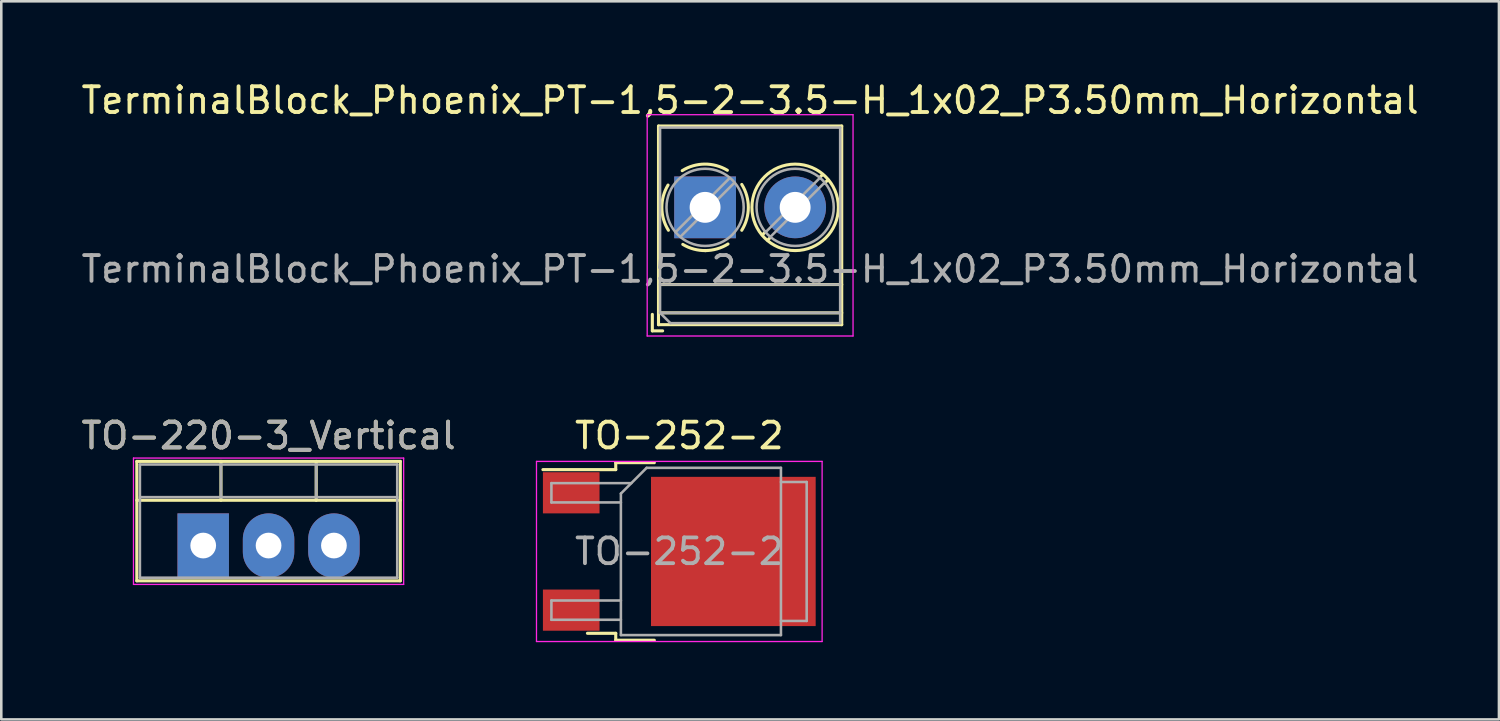
<source format=kicad_pcb>
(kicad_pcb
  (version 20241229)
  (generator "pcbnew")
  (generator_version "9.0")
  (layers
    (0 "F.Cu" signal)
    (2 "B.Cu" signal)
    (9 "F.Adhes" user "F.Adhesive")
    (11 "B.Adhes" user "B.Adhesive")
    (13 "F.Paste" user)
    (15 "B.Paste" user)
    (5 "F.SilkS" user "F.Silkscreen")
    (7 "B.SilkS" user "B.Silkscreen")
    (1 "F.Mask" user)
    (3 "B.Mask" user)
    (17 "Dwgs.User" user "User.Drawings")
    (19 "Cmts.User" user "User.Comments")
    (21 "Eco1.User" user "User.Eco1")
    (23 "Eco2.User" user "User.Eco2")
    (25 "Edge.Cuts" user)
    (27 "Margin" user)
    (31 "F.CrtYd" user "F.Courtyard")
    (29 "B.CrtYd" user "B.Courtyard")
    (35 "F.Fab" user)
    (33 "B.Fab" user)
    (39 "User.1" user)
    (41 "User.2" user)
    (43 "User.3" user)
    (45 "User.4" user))
  (footprint "TerminalBlock_Phoenix_PT-1,5-2-3.5-H_1x02_P3.50mm_Horizontal"
    (layer "F.Cu")
    (at 24.351 5.008)
    (property "Reference" "TerminalBlock_Phoenix_PT-1,5-2-3.5-H_1x02_P3.50mm_Horizontal" (at 1.75 -4.16 0) (layer "F.SilkS") (effects (font (size 1 1) (thickness 0.15))))
    (attr through_hole)
    (fp_line (start -2.05 4.16) (end -2.05 4.8) (stroke (width 0.12) (type solid)) (layer "F.SilkS"))
    (fp_line (start -2.05 4.8) (end -1.65 4.8) (stroke (width 0.12) (type solid)) (layer "F.SilkS"))
    (fp_line (start -1.81 -3.16) (end -1.81 4.56) (stroke (width 0.12) (type solid)) (layer "F.SilkS"))
    (fp_line (start -1.81 -3.16) (end 5.31 -3.16) (stroke (width 0.12) (type solid)) (layer "F.SilkS"))
    (fp_line (start -1.81 3) (end 5.31 3) (stroke (width 0.12) (type solid)) (layer "F.SilkS"))
    (fp_line (start -1.81 4.1) (end 5.31 4.1) (stroke (width 0.12) (type solid)) (layer "F.SilkS"))
    (fp_line (start -1.81 4.56) (end 5.31 4.56) (stroke (width 0.12) (type solid)) (layer "F.SilkS"))
    (fp_line (start 2.355 0.941) (end 2.226 1.069) (stroke (width 0.12) (type solid)) (layer "F.SilkS"))
    (fp_line (start 2.525 1.181) (end 2.431 1.274) (stroke (width 0.12) (type solid)) (layer "F.SilkS"))
    (fp_line (start 4.57 -1.275) (end 4.476 -1.181) (stroke (width 0.12) (type solid)) (layer "F.SilkS"))
    (fp_line (start 4.775 -1.069) (end 4.646 -0.941) (stroke (width 0.12) (type solid)) (layer "F.SilkS"))
    (fp_line (start 5.31 -3.16) (end 5.31 4.56) (stroke (width 0.12) (type solid)) (layer "F.SilkS"))
    (fp_arc (start -1.425358 0.889894) (mid -1.680286 0.014012) (end -1.44 -0.866) (stroke (width 0.12) (type solid)) (layer "F.SilkS"))
    (fp_arc (start -0.889894 -1.425358) (mid -0.014012 -1.680286) (end 0.866 -1.44) (stroke (width 0.12) (type solid)) (layer "F.SilkS"))
    (fp_arc (start 0.028674 1.680099) (mid -0.435535 1.622918) (end -0.866 1.44) (stroke (width 0.12) (type solid)) (layer "F.SilkS"))
    (fp_arc (start 0.890264 1.424721) (mid 0.463071 1.61492) (end 0 1.68) (stroke (width 0.12) (type solid)) (layer "F.SilkS"))
    (fp_arc (start 1.425504 -0.890193) (mid 1.680626 0.000476) (end 1.425 0.891) (stroke (width 0.12) (type solid)) (layer "F.SilkS"))
    (fp_circle (center 3.5 0) (end 5.18 0) (stroke (width 0.12) (type solid)) (fill no) (layer "F.SilkS"))
    (fp_line (start -2.25 -3.6) (end -2.25 5) (stroke (width 0.05) (type solid)) (layer "F.CrtYd"))
    (fp_line (start -2.25 5) (end 5.75 5) (stroke (width 0.05) (type solid)) (layer "F.CrtYd"))
    (fp_line (start 5.75 -3.6) (end -2.25 -3.6) (stroke (width 0.05) (type solid)) (layer "F.CrtYd"))
    (fp_line (start 5.75 5) (end 5.75 -3.6) (stroke (width 0.05) (type solid)) (layer "F.CrtYd"))
    (fp_line (start -1.75 -3.1) (end 5.25 -3.1) (stroke (width 0.1) (type solid)) (layer "F.Fab"))
    (fp_line (start -1.75 3) (end 5.25 3) (stroke (width 0.1) (type solid)) (layer "F.Fab"))
    (fp_line (start -1.75 4.1) (end -1.75 -3.1) (stroke (width 0.1) (type solid)) (layer "F.Fab"))
    (fp_line (start -1.75 4.1) (end 5.25 4.1) (stroke (width 0.1) (type solid)) (layer "F.Fab"))
    (fp_line (start -1.35 4.5) (end -1.75 4.1) (stroke (width 0.1) (type solid)) (layer "F.Fab"))
    (fp_line (start 0.955 -1.138) (end -1.138 0.955) (stroke (width 0.1) (type solid)) (layer "F.Fab"))
    (fp_line (start 1.138 -0.955) (end -0.955 1.138) (stroke (width 0.1) (type solid)) (layer "F.Fab"))
    (fp_line (start 4.455 -1.138) (end 2.363 0.955) (stroke (width 0.1) (type solid)) (layer "F.Fab"))
    (fp_line (start 4.638 -0.955) (end 2.546 1.138) (stroke (width 0.1) (type solid)) (layer "F.Fab"))
    (fp_line (start 5.25 -3.1) (end 5.25 4.5) (stroke (width 0.1) (type solid)) (layer "F.Fab"))
    (fp_line (start 5.25 4.5) (end -1.35 4.5) (stroke (width 0.1) (type solid)) (layer "F.Fab"))
    (fp_circle (center 0 0) (end 1.5 0) (stroke (width 0.1) (type solid)) (fill no) (layer "F.Fab"))
    (fp_circle (center 3.5 0) (end 5 0) (stroke (width 0.1) (type solid)) (fill no) (layer "F.Fab"))
    (fp_text user "${REFERENCE}" (at 1.75 2.4 0) (layer "F.Fab") (effects (font (size 1 1) (thickness 0.15))))
    (pad "1" thru_hole rect (at 0 0) (size 2.4 2.4) (drill 1.2) (layers "*.Cu" "*.Mask"))
    (pad "2" thru_hole circle (at 3.5 0) (size 2.4 2.4) (drill 1.2) (layers "*.Cu" "*.Mask")))
  (footprint "TO-220-3_Vertical"
    (layer "F.Cu")
    (at 4.847 18.151)
    (property "Reference" "TO-220-3_Vertical" (at 2.54 -4.27 0) (layer "F.SilkS") (effects (font (size 1 1) (thickness 0.15))))
    (attr through_hole)
    (fp_line (start -2.58 -3.27) (end -2.58 1.371) (stroke (width 0.12) (type solid)) (layer "F.SilkS"))
    (fp_line (start -2.58 -3.27) (end 7.66 -3.27) (stroke (width 0.12) (type solid)) (layer "F.SilkS"))
    (fp_line (start -2.58 -1.76) (end 7.66 -1.76) (stroke (width 0.12) (type solid)) (layer "F.SilkS"))
    (fp_line (start -2.58 1.371) (end 7.66 1.371) (stroke (width 0.12) (type solid)) (layer "F.SilkS"))
    (fp_line (start 0.69 -3.27) (end 0.69 -1.76) (stroke (width 0.12) (type solid)) (layer "F.SilkS"))
    (fp_line (start 4.391 -3.27) (end 4.391 -1.76) (stroke (width 0.12) (type solid)) (layer "F.SilkS"))
    (fp_line (start 7.66 -3.27) (end 7.66 1.371) (stroke (width 0.12) (type solid)) (layer "F.SilkS"))
    (fp_line (start -2.71 -3.4) (end -2.71 1.51) (stroke (width 0.05) (type solid)) (layer "F.CrtYd"))
    (fp_line (start -2.71 1.51) (end 7.79 1.51) (stroke (width 0.05) (type solid)) (layer "F.CrtYd"))
    (fp_line (start 7.79 -3.4) (end -2.71 -3.4) (stroke (width 0.05) (type solid)) (layer "F.CrtYd"))
    (fp_line (start 7.79 1.51) (end 7.79 -3.4) (stroke (width 0.05) (type solid)) (layer "F.CrtYd"))
    (fp_line (start -2.46 -3.15) (end -2.46 1.25) (stroke (width 0.1) (type solid)) (layer "F.Fab"))
    (fp_line (start -2.46 -1.88) (end 7.54 -1.88) (stroke (width 0.1) (type solid)) (layer "F.Fab"))
    (fp_line (start -2.46 1.25) (end 7.54 1.25) (stroke (width 0.1) (type solid)) (layer "F.Fab"))
    (fp_line (start 0.69 -3.15) (end 0.69 -1.88) (stroke (width 0.1) (type solid)) (layer "F.Fab"))
    (fp_line (start 4.39 -3.15) (end 4.39 -1.88) (stroke (width 0.1) (type solid)) (layer "F.Fab"))
    (fp_line (start 7.54 -3.15) (end -2.46 -3.15) (stroke (width 0.1) (type solid)) (layer "F.Fab"))
    (fp_line (start 7.54 1.25) (end 7.54 -3.15) (stroke (width 0.1) (type solid)) (layer "F.Fab"))
    (fp_text user "${REFERENCE}" (at 2.54 -4.27 0) (layer "F.Fab") (effects (font (size 1 1) (thickness 0.15))))
    (pad "1" thru_hole rect (at 0 0) (size 2 2.5) (drill 1) (layers "*.Cu" "*.Mask"))
    (pad "2" thru_hole oval (at 2.54 0) (size 2 2.5) (drill 1) (layers "*.Cu" "*.Mask"))
    (pad "3" thru_hole oval (at 5.08 0) (size 2 2.5) (drill 1) (layers "*.Cu" "*.Mask")))
  (footprint "TO-252-2"
    (layer "F.Cu")
    (at 23.349 18.381)
    (property "Reference" "TO-252-2" (at 0 -4.5 0) (layer "F.SilkS") (effects (font (size 1 1) (thickness 0.15))))
    (attr smd)
    (fp_line (start -2.47 -3.45) (end -2.47 -3.18) (stroke (width 0.12) (type solid)) (layer "F.SilkS"))
    (fp_line (start -2.47 -3.18) (end -5.3 -3.18) (stroke (width 0.12) (type solid)) (layer "F.SilkS"))
    (fp_line (start -2.47 3.18) (end -3.57 3.18) (stroke (width 0.12) (type solid)) (layer "F.SilkS"))
    (fp_line (start -2.47 3.45) (end -2.47 3.18) (stroke (width 0.12) (type solid)) (layer "F.SilkS"))
    (fp_line (start -0.97 -3.45) (end -2.47 -3.45) (stroke (width 0.12) (type solid)) (layer "F.SilkS"))
    (fp_line (start -0.97 3.45) (end -2.47 3.45) (stroke (width 0.12) (type solid)) (layer "F.SilkS"))
    (fp_line (start -5.55 -3.5) (end -5.55 3.5) (stroke (width 0.05) (type solid)) (layer "F.CrtYd"))
    (fp_line (start -5.55 3.5) (end 5.55 3.5) (stroke (width 0.05) (type solid)) (layer "F.CrtYd"))
    (fp_line (start 5.55 -3.5) (end -5.55 -3.5) (stroke (width 0.05) (type solid)) (layer "F.CrtYd"))
    (fp_line (start 5.55 3.5) (end 5.55 -3.5) (stroke (width 0.05) (type solid)) (layer "F.CrtYd"))
    (fp_line (start -4.97 -2.655) (end -4.97 -1.905) (stroke (width 0.1) (type solid)) (layer "F.Fab"))
    (fp_line (start -4.97 -1.905) (end -2.27 -1.905) (stroke (width 0.1) (type solid)) (layer "F.Fab"))
    (fp_line (start -4.97 1.905) (end -4.97 2.655) (stroke (width 0.1) (type solid)) (layer "F.Fab"))
    (fp_line (start -4.97 2.655) (end -2.27 2.655) (stroke (width 0.1) (type solid)) (layer "F.Fab"))
    (fp_line (start -2.27 -2.25) (end -1.27 -3.25) (stroke (width 0.1) (type solid)) (layer "F.Fab"))
    (fp_line (start -2.27 1.905) (end -4.97 1.905) (stroke (width 0.1) (type solid)) (layer "F.Fab"))
    (fp_line (start -2.27 3.25) (end -2.27 -2.25) (stroke (width 0.1) (type solid)) (layer "F.Fab"))
    (fp_line (start -1.865 -2.655) (end -4.97 -2.655) (stroke (width 0.1) (type solid)) (layer "F.Fab"))
    (fp_line (start -1.27 -3.25) (end 3.95 -3.25) (stroke (width 0.1) (type solid)) (layer "F.Fab"))
    (fp_line (start 3.95 -3.25) (end 3.95 3.25) (stroke (width 0.1) (type solid)) (layer "F.Fab"))
    (fp_line (start 3.95 -2.7) (end 4.95 -2.7) (stroke (width 0.1) (type solid)) (layer "F.Fab"))
    (fp_line (start 3.95 3.25) (end -2.27 3.25) (stroke (width 0.1) (type solid)) (layer "F.Fab"))
    (fp_line (start 4.95 -2.7) (end 4.95 2.7) (stroke (width 0.1) (type solid)) (layer "F.Fab"))
    (fp_line (start 4.95 2.7) (end 3.95 2.7) (stroke (width 0.1) (type solid)) (layer "F.Fab"))
    (fp_text user "${REFERENCE}" (at 0 0 0) (layer "F.Fab") (effects (font (size 1 1) (thickness 0.15))))
    (pad "" smd rect (at 0.425 -1.525) (size 3.05 2.75) (layers "F.Paste"))
    (pad "" smd rect (at 0.425 1.525) (size 3.05 2.75) (layers "F.Paste"))
    (pad "" smd rect (at 3.775 -1.525) (size 3.05 2.75) (layers "F.Paste"))
    (pad "" smd rect (at 3.775 1.525) (size 3.05 2.75) (layers "F.Paste"))
    (pad "1" smd rect (at -4.2 -2.28) (size 2.2 1.6) (layers "F.Cu" "F.Mask" "F.Paste"))
    (pad "2" smd rect (at 2.1 0) (size 6.4 5.8) (layers "F.Cu" "F.Mask"))
    (pad "3" smd rect (at -4.2 2.28) (size 2.2 1.6) (layers "F.Cu" "F.Mask" "F.Paste")))
  (gr_rect
    (start -3 -3)
    (end 55.202 24.907)
    (stroke (width 0.1) (type default))
    (fill no)
    (layer "Edge.Cuts")))
</source>
